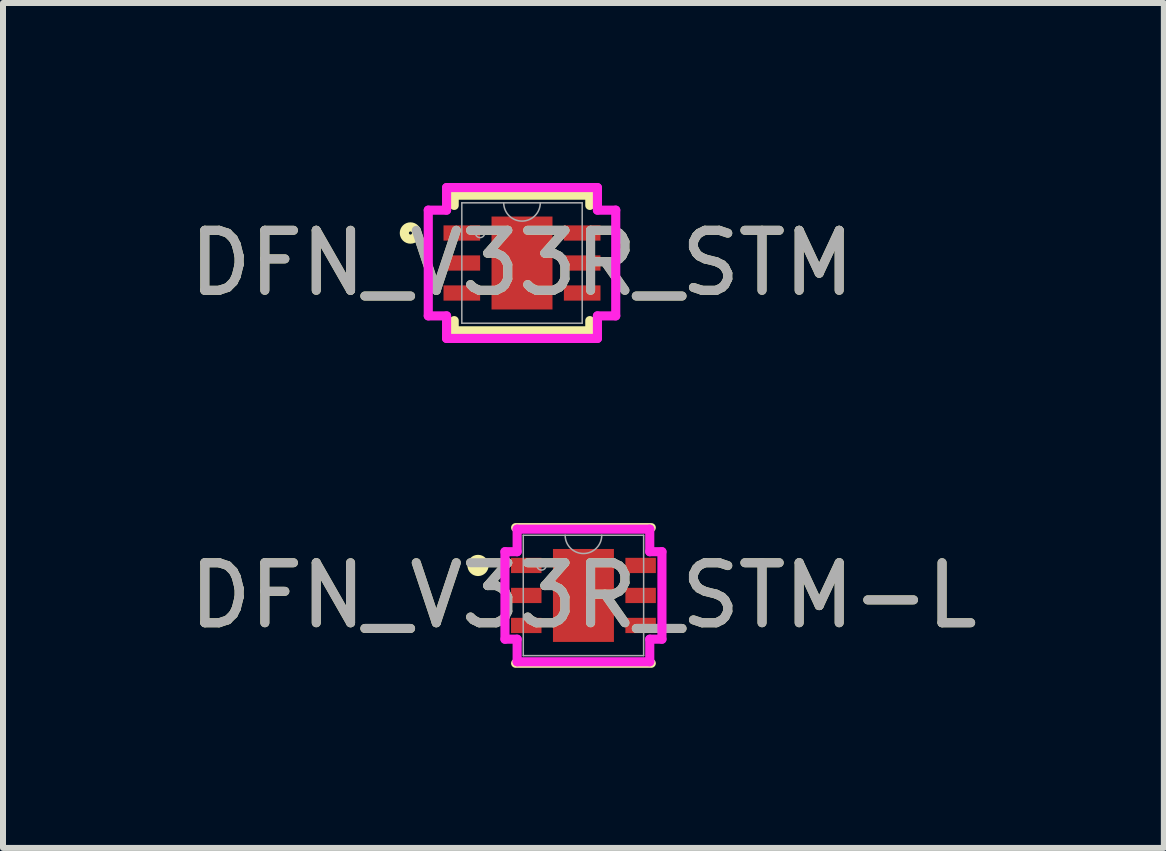
<source format=kicad_pcb>
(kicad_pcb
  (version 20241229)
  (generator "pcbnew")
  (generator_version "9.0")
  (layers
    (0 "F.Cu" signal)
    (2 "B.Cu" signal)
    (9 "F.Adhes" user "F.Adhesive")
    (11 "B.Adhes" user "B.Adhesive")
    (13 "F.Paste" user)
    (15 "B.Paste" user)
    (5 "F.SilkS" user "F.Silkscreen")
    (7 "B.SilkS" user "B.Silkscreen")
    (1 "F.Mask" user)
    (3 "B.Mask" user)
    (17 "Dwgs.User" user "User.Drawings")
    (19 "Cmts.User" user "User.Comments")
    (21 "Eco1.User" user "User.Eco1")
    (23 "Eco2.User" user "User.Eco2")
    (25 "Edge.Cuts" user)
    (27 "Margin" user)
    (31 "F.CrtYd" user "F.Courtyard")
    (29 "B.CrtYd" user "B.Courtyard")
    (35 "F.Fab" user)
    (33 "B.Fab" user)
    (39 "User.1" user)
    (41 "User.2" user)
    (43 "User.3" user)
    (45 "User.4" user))
  (footprint "DFN_V33R_STM"
    (layer "F.Cu")
    (at 5.649 1.333)
    (property "Reference" "DFN_V33R_STM" (at 0 0 0) (unlocked yes) (layer "F.SilkS") (effects (font (size 1 1) (thickness 0.15))))
    (attr smd)
    (fp_line (start -1.13 -1.13) (end -1.13 -0.96) (stroke (width 0.152) (type solid)) (layer "F.SilkS"))
    (fp_line (start -1.13 0.96) (end -1.13 1.13) (stroke (width 0.152) (type solid)) (layer "F.SilkS"))
    (fp_line (start -1.13 1.13) (end 1.13 1.13) (stroke (width 0.152) (type solid)) (layer "F.SilkS"))
    (fp_line (start 1.13 -1.13) (end -1.13 -1.13) (stroke (width 0.152) (type solid)) (layer "F.SilkS"))
    (fp_line (start 1.13 -0.96) (end 1.13 -1.13) (stroke (width 0.152) (type solid)) (layer "F.SilkS"))
    (fp_line (start 1.13 1.13) (end 1.13 0.96) (stroke (width 0.152) (type solid)) (layer "F.SilkS"))
    (fp_circle (center -1.859 -0.5) (end -1.757 -0.5) (stroke (width 0.152) (type solid)) (fill no) (layer "F.SilkS"))
    (fp_line (start -1.562 -0.881) (end -1.257 -0.881) (stroke (width 0.152) (type solid)) (layer "F.CrtYd"))
    (fp_line (start -1.562 0.881) (end -1.562 -0.881) (stroke (width 0.152) (type solid)) (layer "F.CrtYd"))
    (fp_line (start -1.562 0.881) (end -1.257 0.881) (stroke (width 0.152) (type solid)) (layer "F.CrtYd"))
    (fp_line (start -1.257 -1.257) (end 1.257 -1.257) (stroke (width 0.152) (type solid)) (layer "F.CrtYd"))
    (fp_line (start -1.257 -0.881) (end -1.257 -1.257) (stroke (width 0.152) (type solid)) (layer "F.CrtYd"))
    (fp_line (start -1.257 1.257) (end -1.257 0.881) (stroke (width 0.152) (type solid)) (layer "F.CrtYd"))
    (fp_line (start 1.257 -1.257) (end 1.257 -0.881) (stroke (width 0.152) (type solid)) (layer "F.CrtYd"))
    (fp_line (start 1.257 0.881) (end 1.257 1.257) (stroke (width 0.152) (type solid)) (layer "F.CrtYd"))
    (fp_line (start 1.257 1.257) (end -1.257 1.257) (stroke (width 0.152) (type solid)) (layer "F.CrtYd"))
    (fp_line (start 1.562 -0.881) (end 1.257 -0.881) (stroke (width 0.152) (type solid)) (layer "F.CrtYd"))
    (fp_line (start 1.562 -0.881) (end 1.562 0.881) (stroke (width 0.152) (type solid)) (layer "F.CrtYd"))
    (fp_line (start 1.562 0.881) (end 1.257 0.881) (stroke (width 0.152) (type solid)) (layer "F.CrtYd"))
    (fp_line (start -1.003 -1.003) (end -1.003 1.003) (stroke (width 0.025) (type solid)) (layer "F.Fab"))
    (fp_line (start -1.003 1.003) (end 1.003 1.003) (stroke (width 0.025) (type solid)) (layer "F.Fab"))
    (fp_line (start 1.003 -1.003) (end -1.003 -1.003) (stroke (width 0.025) (type solid)) (layer "F.Fab"))
    (fp_line (start 1.003 1.003) (end 1.003 -1.003) (stroke (width 0.025) (type solid)) (layer "F.Fab"))
    (fp_arc (start 0.3048 -1.0033) (mid 0 -0.6985) (end -0.3048 -1.0033) (stroke (width 0.0254) (type solid)) (layer "F.Fab"))
    (fp_circle (center -0.699 -0.5) (end -0.622 -0.5) (stroke (width 0.025) (type solid)) (fill no) (layer "F.Fab"))
    (fp_text user "${REFERENCE}" (at 0 0 0) (unlocked yes) (layer "F.Fab") (effects (font (size 1 1) (thickness 0.15))))
    (pad "1" smd rect (at -1.003 -0.5) (size 0.61 0.254) (layers "F.Cu" "F.Mask" "F.Paste"))
    (pad "2" smd rect (at -1.003 0) (size 0.61 0.254) (layers "F.Cu" "F.Mask" "F.Paste"))
    (pad "3" smd rect (at -1.003 0.5) (size 0.61 0.254) (layers "F.Cu" "F.Mask" "F.Paste"))
    (pad "4" smd rect (at 1.003 0.5) (size 0.61 0.254) (layers "F.Cu" "F.Mask" "F.Paste"))
    (pad "5" smd rect (at 1.003 0) (size 0.61 0.254) (layers "F.Cu" "F.Mask" "F.Paste"))
    (pad "6" smd rect (at 1.003 -0.5) (size 0.61 0.254) (layers "F.Cu" "F.Mask" "F.Paste"))
    (pad "7" smd rect (at 0 0) (size 1.016 1.549) (layers "F.Cu" "F.Mask" "F.Paste")))
  (footprint "DFN_V33R_STM-L"
    (layer "F.Cu")
    (at 6.673 6.873)
    (property "Reference" "DFN_V33R_STM-L" (at 0 0 0) (unlocked yes) (layer "F.SilkS") (effects (font (size 1 1) (thickness 0.15))))
    (attr smd)
    (fp_line (start -1.13 1.13) (end 1.13 1.13) (stroke (width 0.152) (type solid)) (layer "F.SilkS"))
    (fp_line (start 1.13 -1.13) (end -1.13 -1.13) (stroke (width 0.152) (type solid)) (layer "F.SilkS"))
    (fp_circle (center -1.757 -0.5) (end -1.656 -0.5) (stroke (width 0.152) (type solid)) (fill no) (layer "F.SilkS"))
    (fp_line (start -1.308 -0.729) (end -1.105 -0.729) (stroke (width 0.152) (type solid)) (layer "F.CrtYd"))
    (fp_line (start -1.308 0.729) (end -1.308 -0.729) (stroke (width 0.152) (type solid)) (layer "F.CrtYd"))
    (fp_line (start -1.308 0.729) (end -1.105 0.729) (stroke (width 0.152) (type solid)) (layer "F.CrtYd"))
    (fp_line (start -1.105 -1.105) (end 1.105 -1.105) (stroke (width 0.152) (type solid)) (layer "F.CrtYd"))
    (fp_line (start -1.105 -0.729) (end -1.105 -1.105) (stroke (width 0.152) (type solid)) (layer "F.CrtYd"))
    (fp_line (start -1.105 1.105) (end -1.105 0.729) (stroke (width 0.152) (type solid)) (layer "F.CrtYd"))
    (fp_line (start 1.105 -1.105) (end 1.105 -0.729) (stroke (width 0.152) (type solid)) (layer "F.CrtYd"))
    (fp_line (start 1.105 0.729) (end 1.105 1.105) (stroke (width 0.152) (type solid)) (layer "F.CrtYd"))
    (fp_line (start 1.105 1.105) (end -1.105 1.105) (stroke (width 0.152) (type solid)) (layer "F.CrtYd"))
    (fp_line (start 1.308 -0.729) (end 1.105 -0.729) (stroke (width 0.152) (type solid)) (layer "F.CrtYd"))
    (fp_line (start 1.308 -0.729) (end 1.308 0.729) (stroke (width 0.152) (type solid)) (layer "F.CrtYd"))
    (fp_line (start 1.308 0.729) (end 1.105 0.729) (stroke (width 0.152) (type solid)) (layer "F.CrtYd"))
    (fp_line (start -1.003 -1.003) (end -1.003 1.003) (stroke (width 0.025) (type solid)) (layer "F.Fab"))
    (fp_line (start -1.003 1.003) (end 1.003 1.003) (stroke (width 0.025) (type solid)) (layer "F.Fab"))
    (fp_line (start 1.003 -1.003) (end -1.003 -1.003) (stroke (width 0.025) (type solid)) (layer "F.Fab"))
    (fp_line (start 1.003 1.003) (end 1.003 -1.003) (stroke (width 0.025) (type solid)) (layer "F.Fab"))
    (fp_arc (start 0.3048 -1.0033) (mid 0 -0.6985) (end -0.3048 -1.0033) (stroke (width 0.0254) (type solid)) (layer "F.Fab"))
    (fp_circle (center -0.699 -0.5) (end -0.622 -0.5) (stroke (width 0.025) (type solid)) (fill no) (layer "F.Fab"))
    (fp_text user "${REFERENCE}" (at 0 0 0) (unlocked yes) (layer "F.Fab") (effects (font (size 1 1) (thickness 0.15))))
    (pad "1" smd rect (at -0.953 -0.5) (size 0.508 0.254) (layers "F.Cu" "F.Mask" "F.Paste"))
    (pad "2" smd rect (at -0.953 0) (size 0.508 0.254) (layers "F.Cu" "F.Mask" "F.Paste"))
    (pad "3" smd rect (at -0.953 0.5) (size 0.508 0.254) (layers "F.Cu" "F.Mask" "F.Paste"))
    (pad "4" smd rect (at 0.953 0.5) (size 0.508 0.254) (layers "F.Cu" "F.Mask" "F.Paste"))
    (pad "5" smd rect (at 0.953 0) (size 0.508 0.254) (layers "F.Cu" "F.Mask" "F.Paste"))
    (pad "6" smd rect (at 0.953 -0.5) (size 0.508 0.254) (layers "F.Cu" "F.Mask" "F.Paste"))
    (pad "7" smd rect (at 0 0) (size 1.016 1.549) (layers "F.Cu" "F.Mask" "F.Paste")))
  (gr_rect
    (start -3 -3)
    (end 16.345 11.08)
    (stroke (width 0.1) (type default))
    (fill no)
    (layer "Edge.Cuts")))
</source>
